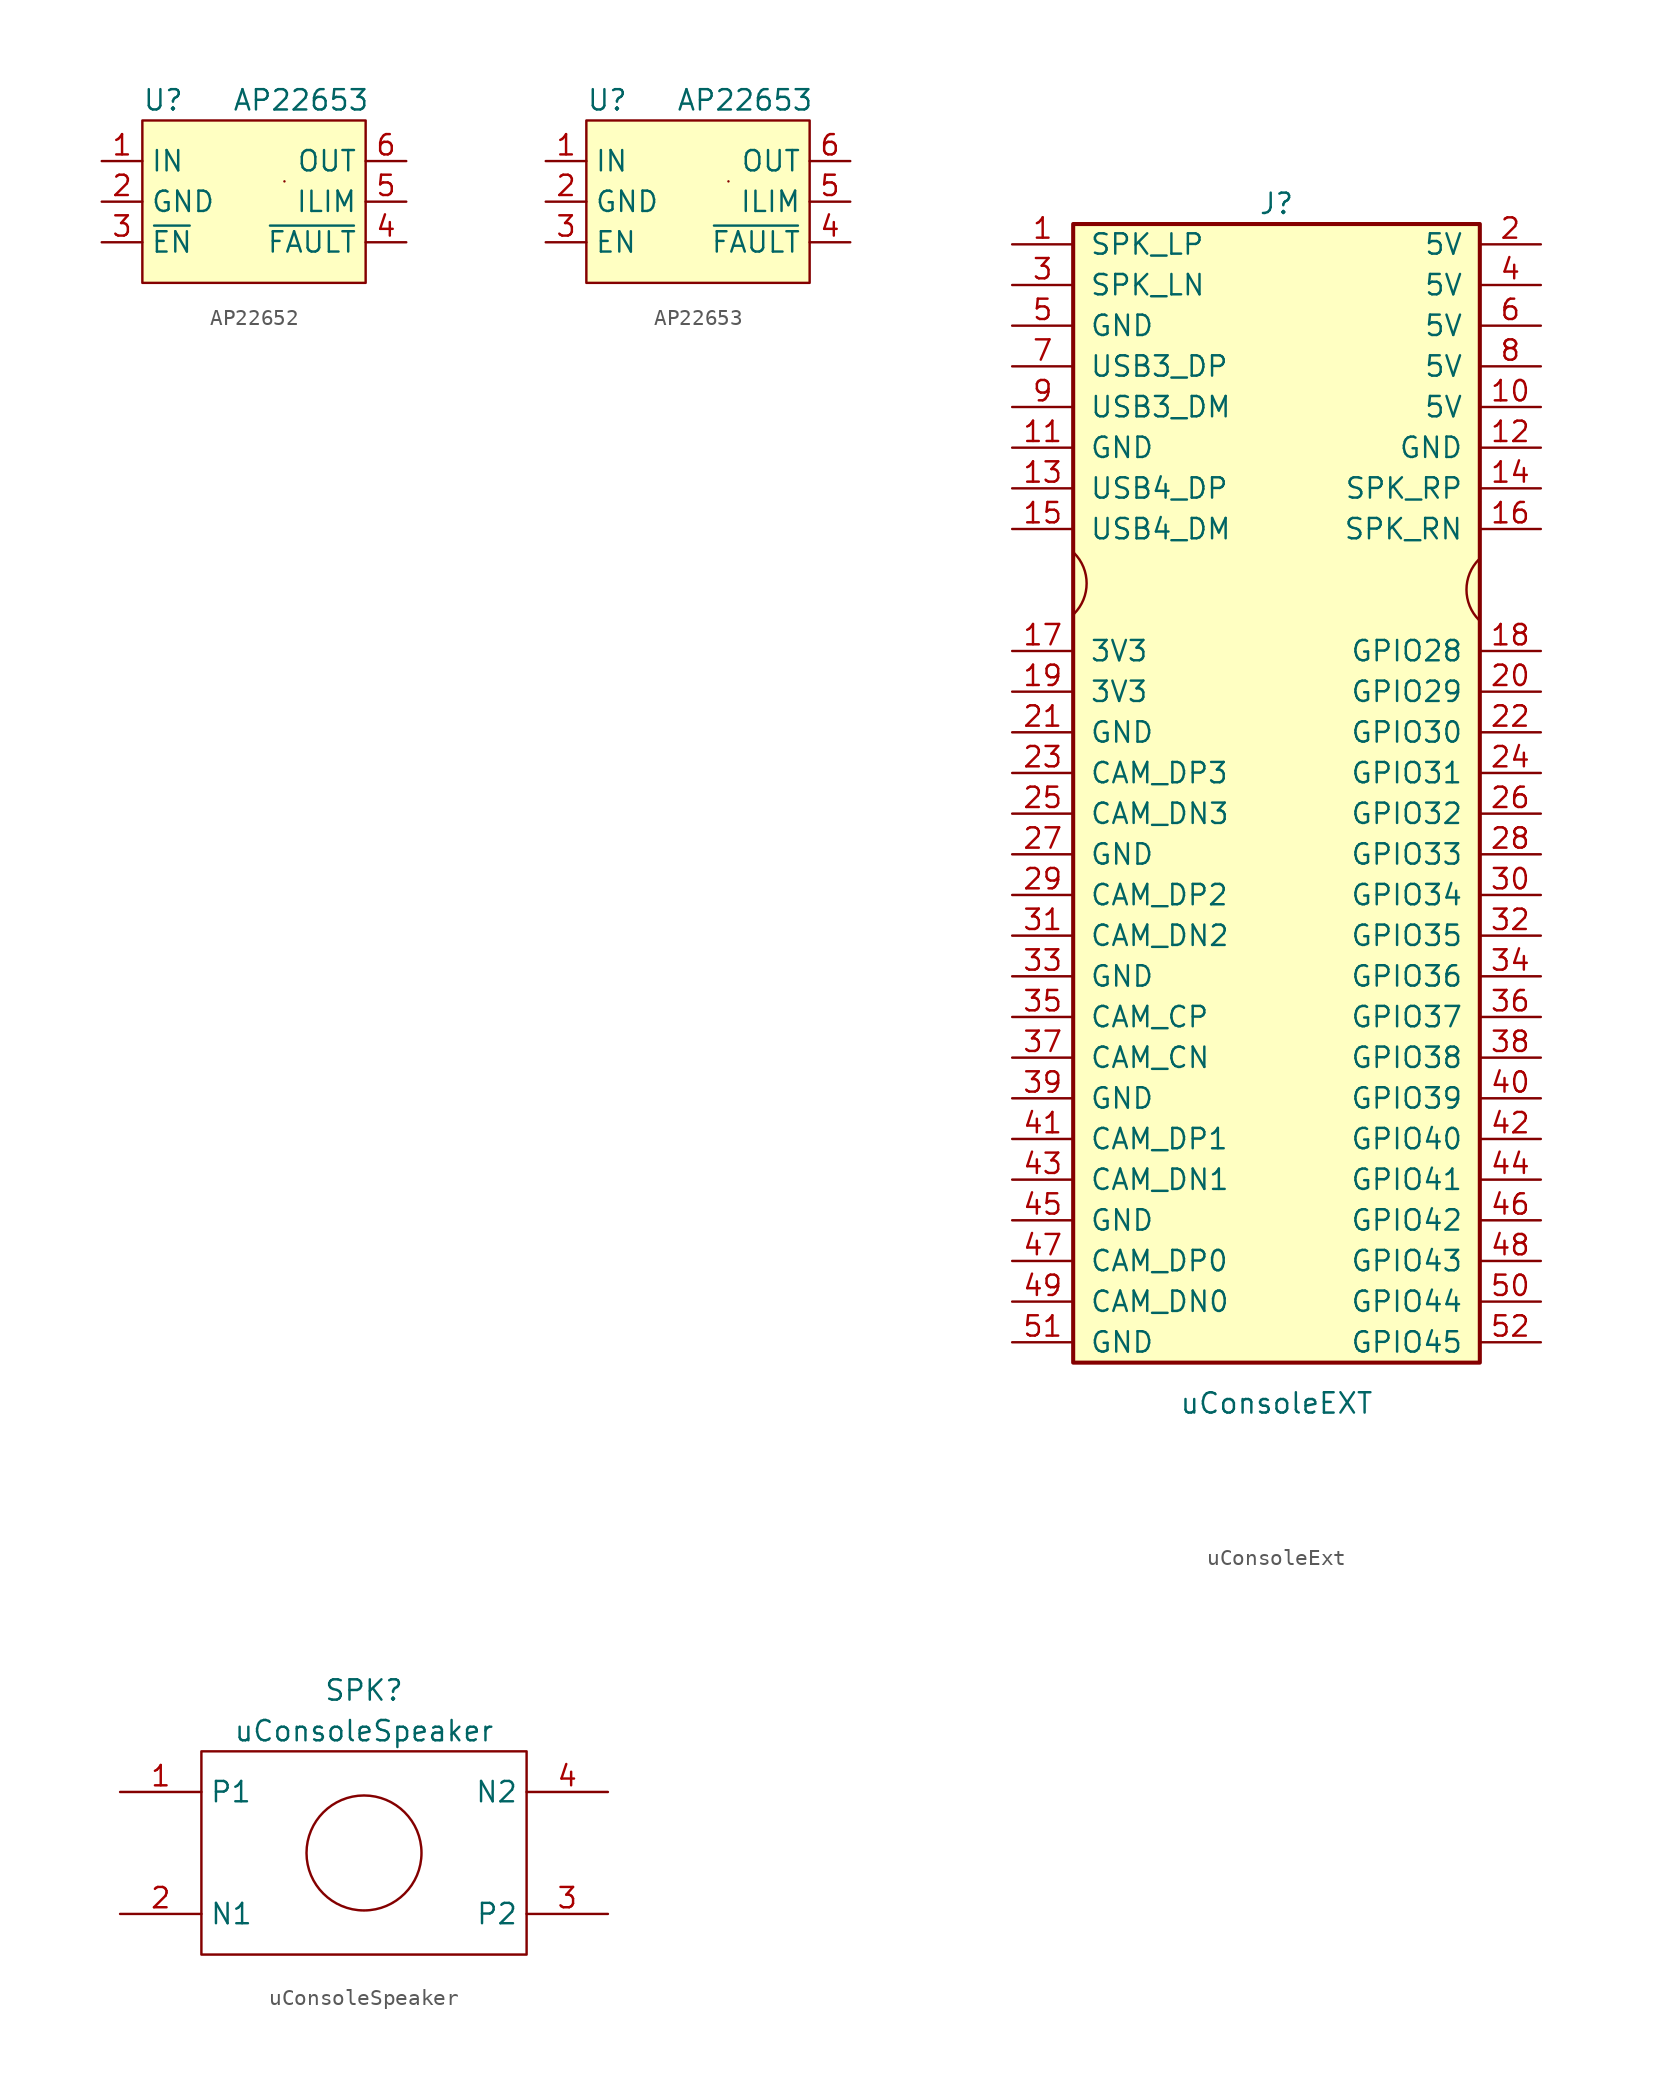
<source format=kicad_sym>
(kicad_symbol_lib
  (version 20241209)
  (generator "kicad_symbol_editor")
  (generator_version "9.0")
  (symbol "AP22652"
    (property "Reference" "U"
      (at -6.35 6.35 0)
      (effects (font (size 1.27 1.27)) (justify left)))
    (property "Value" "AP22653"
      (at 7.874 6.35 0)
      (effects (font (size 1.27 1.27)) (justify right)))
    (symbol "AP22652_0_1"
      (rectangle (start 2.54 1.27) (end 2.54 1.27) (stroke (width 0) (type default)) (fill (type none))))
    (symbol "AP22652_1_1"
      (rectangle (start -6.35 5.08) (end 7.62 -5.08) (stroke (width 0) (type solid)) (fill (type color) (color 255 255 194 1)))
      (pin power_in line (at -8.89 2.54 0) (length 2.54) (name "IN" (effects (font (size 1.27 1.27)))) (number "1" (effects (font (size 1.27 1.27)))))
      (pin power_in line (at -8.89 0 0) (length 2.54) (name "GND" (effects (font (size 1.27 1.27)))) (number "2" (effects (font (size 1.27 1.27)))))
      (pin input line (at -8.89 -2.54 0) (length 2.54) (name "~{EN}" (effects (font (size 1.27 1.27)))) (number "3" (effects (font (size 1.27 1.27)))))
      (pin power_out line (at 10.16 2.54 180) (length 2.54) (name "OUT" (effects (font (size 1.27 1.27)))) (number "6" (effects (font (size 1.27 1.27)))))
      (pin input line (at 10.16 0 180) (length 2.54) (name "ILIM" (effects (font (size 1.27 1.27)))) (number "5" (effects (font (size 1.27 1.27)))))
      (pin open_collector line (at 10.16 -2.54 180) (length 2.54) (name "~{FAULT}" (effects (font (size 1.27 1.27)))) (number "4" (effects (font (size 1.27 1.27)))))))
  (symbol "AP22653"
    (property "Reference" "U"
      (at -6.35 6.35 0)
      (effects (font (size 1.27 1.27)) (justify left)))
    (property "Value" "AP22653"
      (at 7.874 6.35 0)
      (effects (font (size 1.27 1.27)) (justify right)))
    (symbol "AP22653_0_1"
      (rectangle (start 2.54 1.27) (end 2.54 1.27) (stroke (width 0) (type default)) (fill (type none))))
    (symbol "AP22653_1_1"
      (rectangle (start -6.35 5.08) (end 7.62 -5.08) (stroke (width 0) (type solid)) (fill (type color) (color 255 255 194 1)))
      (pin power_in line (at -8.89 2.54 0) (length 2.54) (name "IN" (effects (font (size 1.27 1.27)))) (number "1" (effects (font (size 1.27 1.27)))))
      (pin power_in line (at -8.89 0 0) (length 2.54) (name "GND" (effects (font (size 1.27 1.27)))) (number "2" (effects (font (size 1.27 1.27)))))
      (pin input line (at -8.89 -2.54 0) (length 2.54) (name "EN" (effects (font (size 1.27 1.27)))) (number "3" (effects (font (size 1.27 1.27)))))
      (pin power_out line (at 10.16 2.54 180) (length 2.54) (name "OUT" (effects (font (size 1.27 1.27)))) (number "6" (effects (font (size 1.27 1.27)))))
      (pin input line (at 10.16 0 180) (length 2.54) (name "ILIM" (effects (font (size 1.27 1.27)))) (number "5" (effects (font (size 1.27 1.27)))))
      (pin open_collector line (at 10.16 -2.54 180) (length 2.54) (name "~{FAULT}" (effects (font (size 1.27 1.27)))) (number "4" (effects (font (size 1.27 1.27)))))))
  (symbol "uConsoleExt"
    (pin_names
      (offset 1.016))
    (property "Reference" "J"
      (at 1.27 33.02 0)
      (effects (font (size 1.27 1.27))))
    (property "Value" "uConsoleEXT"
      (at 1.27 -41.91 0)
      (effects (font (size 1.27 1.27))))
    (symbol "uConsoleExt_0_1"
      (arc (start -11.3793 11.2077) (mid -10.5902 9.3027) (end -11.3793 7.3977) (stroke (width 0) (type default)) (fill (type none)))
      (arc (start 13.9259 7.0053) (mid 13.1368 8.9102) (end 13.9259 10.8153) (stroke (width 0) (type default)) (fill (type none))))
    (symbol "uConsoleExt_1_1"
      (rectangle (start -11.43 31.75) (end 13.97 -39.37) (stroke (width 0.254) (type default)) (fill (type background)))
      (pin passive line (at -15.24 30.48 0) (length 3.81) (name "SPK_LP" (effects (font (size 1.27 1.27)))) (number "1" (effects (font (size 1.27 1.27)))))
      (pin passive line (at -15.24 27.94 0) (length 3.81) (name "SPK_LN" (effects (font (size 1.27 1.27)))) (number "3" (effects (font (size 1.27 1.27)))))
      (pin passive line (at -15.24 25.4 0) (length 3.81) (name "GND" (effects (font (size 1.27 1.27)))) (number "5" (effects (font (size 1.27 1.27)))))
      (pin passive line (at -15.24 22.86 0) (length 3.81) (name "USB3_DP" (effects (font (size 1.27 1.27)))) (number "7" (effects (font (size 1.27 1.27)))))
      (pin passive line (at -15.24 20.32 0) (length 3.81) (name "USB3_DM" (effects (font (size 1.27 1.27)))) (number "9" (effects (font (size 1.27 1.27)))))
      (pin passive line (at -15.24 17.78 0) (length 3.81) (name "GND" (effects (font (size 1.27 1.27)))) (number "11" (effects (font (size 1.27 1.27)))))
      (pin passive line (at -15.24 15.24 0) (length 3.81) (name "USB4_DP" (effects (font (size 1.27 1.27)))) (number "13" (effects (font (size 1.27 1.27)))))
      (pin passive line (at -15.24 12.7 0) (length 3.81) (name "USB4_DM" (effects (font (size 1.27 1.27)))) (number "15" (effects (font (size 1.27 1.27)))))
      (pin power_in line (at -15.24 5.08 0) (length 3.81) (name "3V3" (effects (font (size 1.27 1.27)))) (number "17" (effects (font (size 1.27 1.27)))))
      (pin power_in line (at -15.24 2.54 0) (length 3.81) (name "3V3" (effects (font (size 1.27 1.27)))) (number "19" (effects (font (size 1.27 1.27)))))
      (pin passive line (at -15.24 0 0) (length 3.81) (name "GND" (effects (font (size 1.27 1.27)))) (number "21" (effects (font (size 1.27 1.27)))))
      (pin passive line (at -15.24 -2.54 0) (length 3.81) (name "CAM_DP3" (effects (font (size 1.27 1.27)))) (number "23" (effects (font (size 1.27 1.27)))))
      (pin passive line (at -15.24 -5.08 0) (length 3.81) (name "CAM_DN3" (effects (font (size 1.27 1.27)))) (number "25" (effects (font (size 1.27 1.27)))))
      (pin passive line (at -15.24 -7.62 0) (length 3.81) (name "GND" (effects (font (size 1.27 1.27)))) (number "27" (effects (font (size 1.27 1.27)))))
      (pin passive line (at -15.24 -10.16 0) (length 3.81) (name "CAM_DP2" (effects (font (size 1.27 1.27)))) (number "29" (effects (font (size 1.27 1.27)))))
      (pin passive line (at -15.24 -12.7 0) (length 3.81) (name "CAM_DN2" (effects (font (size 1.27 1.27)))) (number "31" (effects (font (size 1.27 1.27)))))
      (pin passive line (at -15.24 -15.24 0) (length 3.81) (name "GND" (effects (font (size 1.27 1.27)))) (number "33" (effects (font (size 1.27 1.27)))))
      (pin passive line (at -15.24 -17.78 0) (length 3.81) (name "CAM_CP" (effects (font (size 1.27 1.27)))) (number "35" (effects (font (size 1.27 1.27)))))
      (pin passive line (at -15.24 -20.32 0) (length 3.81) (name "CAM_CN" (effects (font (size 1.27 1.27)))) (number "37" (effects (font (size 1.27 1.27)))))
      (pin passive line (at -15.24 -22.86 0) (length 3.81) (name "GND" (effects (font (size 1.27 1.27)))) (number "39" (effects (font (size 1.27 1.27)))))
      (pin passive line (at -15.24 -25.4 0) (length 3.81) (name "CAM_DP1" (effects (font (size 1.27 1.27)))) (number "41" (effects (font (size 1.27 1.27)))))
      (pin passive line (at -15.24 -27.94 0) (length 3.81) (name "CAM_DN1" (effects (font (size 1.27 1.27)))) (number "43" (effects (font (size 1.27 1.27)))))
      (pin passive line (at -15.24 -30.48 0) (length 3.81) (name "GND" (effects (font (size 1.27 1.27)))) (number "45" (effects (font (size 1.27 1.27)))))
      (pin passive line (at -15.24 -33.02 0) (length 3.81) (name "CAM_DP0" (effects (font (size 1.27 1.27)))) (number "47" (effects (font (size 1.27 1.27)))))
      (pin passive line (at -15.24 -35.56 0) (length 3.81) (name "CAM_DN0" (effects (font (size 1.27 1.27)))) (number "49" (effects (font (size 1.27 1.27)))))
      (pin passive line (at -15.24 -38.1 0) (length 3.81) (name "GND" (effects (font (size 1.27 1.27)))) (number "51" (effects (font (size 1.27 1.27)))))
      (pin power_in line (at 17.78 30.48 180) (length 3.81) (name "5V" (effects (font (size 1.27 1.27)))) (number "2" (effects (font (size 1.27 1.27)))))
      (pin power_in line (at 17.78 27.94 180) (length 3.81) (name "5V" (effects (font (size 1.27 1.27)))) (number "4" (effects (font (size 1.27 1.27)))))
      (pin power_in line (at 17.78 25.4 180) (length 3.81) (name "5V" (effects (font (size 1.27 1.27)))) (number "6" (effects (font (size 1.27 1.27)))))
      (pin power_in line (at 17.78 22.86 180) (length 3.81) (name "5V" (effects (font (size 1.27 1.27)))) (number "8" (effects (font (size 1.27 1.27)))))
      (pin power_in line (at 17.78 20.32 180) (length 3.81) (name "5V" (effects (font (size 1.27 1.27)))) (number "10" (effects (font (size 1.27 1.27)))))
      (pin power_in line (at 17.78 17.78 180) (length 3.81) (name "GND" (effects (font (size 1.27 1.27)))) (number "12" (effects (font (size 1.27 1.27)))))
      (pin passive line (at 17.78 15.24 180) (length 3.81) (name "SPK_RP" (effects (font (size 1.27 1.27)))) (number "14" (effects (font (size 1.27 1.27)))))
      (pin passive line (at 17.78 12.7 180) (length 3.81) (name "SPK_RN" (effects (font (size 1.27 1.27)))) (number "16" (effects (font (size 1.27 1.27)))))
      (pin passive line (at 17.78 5.08 180) (length 3.81) (name "GPIO28" (effects (font (size 1.27 1.27)))) (number "18" (effects (font (size 1.27 1.27)))))
      (pin passive line (at 17.78 2.54 180) (length 3.81) (name "GPIO29" (effects (font (size 1.27 1.27)))) (number "20" (effects (font (size 1.27 1.27)))))
      (pin passive line (at 17.78 0 180) (length 3.81) (name "GPIO30" (effects (font (size 1.27 1.27)))) (number "22" (effects (font (size 1.27 1.27)))))
      (pin passive line (at 17.78 -2.54 180) (length 3.81) (name "GPIO31" (effects (font (size 1.27 1.27)))) (number "24" (effects (font (size 1.27 1.27)))))
      (pin passive line (at 17.78 -5.08 180) (length 3.81) (name "GPIO32" (effects (font (size 1.27 1.27)))) (number "26" (effects (font (size 1.27 1.27)))))
      (pin passive line (at 17.78 -7.62 180) (length 3.81) (name "GPIO33" (effects (font (size 1.27 1.27)))) (number "28" (effects (font (size 1.27 1.27)))))
      (pin passive line (at 17.78 -10.16 180) (length 3.81) (name "GPIO34" (effects (font (size 1.27 1.27)))) (number "30" (effects (font (size 1.27 1.27)))))
      (pin passive line (at 17.78 -12.7 180) (length 3.81) (name "GPIO35" (effects (font (size 1.27 1.27)))) (number "32" (effects (font (size 1.27 1.27)))))
      (pin passive line (at 17.78 -15.24 180) (length 3.81) (name "GPIO36" (effects (font (size 1.27 1.27)))) (number "34" (effects (font (size 1.27 1.27)))))
      (pin passive line (at 17.78 -17.78 180) (length 3.81) (name "GPIO37" (effects (font (size 1.27 1.27)))) (number "36" (effects (font (size 1.27 1.27)))))
      (pin passive line (at 17.78 -20.32 180) (length 3.81) (name "GPIO38" (effects (font (size 1.27 1.27)))) (number "38" (effects (font (size 1.27 1.27)))))
      (pin passive line (at 17.78 -22.86 180) (length 3.81) (name "GPIO39" (effects (font (size 1.27 1.27)))) (number "40" (effects (font (size 1.27 1.27)))))
      (pin passive line (at 17.78 -25.4 180) (length 3.81) (name "GPIO40" (effects (font (size 1.27 1.27)))) (number "42" (effects (font (size 1.27 1.27)))))
      (pin passive line (at 17.78 -27.94 180) (length 3.81) (name "GPIO41" (effects (font (size 1.27 1.27)))) (number "44" (effects (font (size 1.27 1.27)))))
      (pin passive line (at 17.78 -30.48 180) (length 3.81) (name "GPIO42" (effects (font (size 1.27 1.27)))) (number "46" (effects (font (size 1.27 1.27)))))
      (pin passive line (at 17.78 -33.02 180) (length 3.81) (name "GPIO43" (effects (font (size 1.27 1.27)))) (number "48" (effects (font (size 1.27 1.27)))))
      (pin passive line (at 17.78 -35.56 180) (length 3.81) (name "GPIO44" (effects (font (size 1.27 1.27)))) (number "50" (effects (font (size 1.27 1.27)))))
      (pin passive line (at 17.78 -38.1 180) (length 3.81) (name "GPIO45" (effects (font (size 1.27 1.27)))) (number "52" (effects (font (size 1.27 1.27)))))))
  (symbol "uConsoleSpeaker"
    (property "Reference" "SPK"
      (at 0 2.54 0)
      (effects (font (size 1.27 1.27))))
    (property "Value" "uConsoleSpeaker"
      (at 0 0 0)
      (effects (font (size 1.27 1.27))))
    (symbol "uConsoleSpeaker_0_1"
      (rectangle (start -10.16 -1.27) (end 10.16 -13.97) (stroke (width 0) (type default)) (fill (type none)))
      (circle (center 0 -7.62) (radius 3.592) (stroke (width 0) (type default)) (fill (type none))))
    (symbol "uConsoleSpeaker_1_1"
      (pin bidirectional line (at -15.24 -3.81 0) (length 5.08) (name "P1" (effects (font (size 1.27 1.27)))) (number "1" (effects (font (size 1.27 1.27)))))
      (pin bidirectional line (at -15.24 -11.43 0) (length 5.08) (name "N1" (effects (font (size 1.27 1.27)))) (number "2" (effects (font (size 1.27 1.27)))))
      (pin bidirectional line (at 15.24 -3.81 180) (length 5.08) (name "N2" (effects (font (size 1.27 1.27)))) (number "4" (effects (font (size 1.27 1.27)))))
      (pin bidirectional line (at 15.24 -11.43 180) (length 5.08) (name "P2" (effects (font (size 1.27 1.27)))) (number "3" (effects (font (size 1.27 1.27))))))))
</source>
